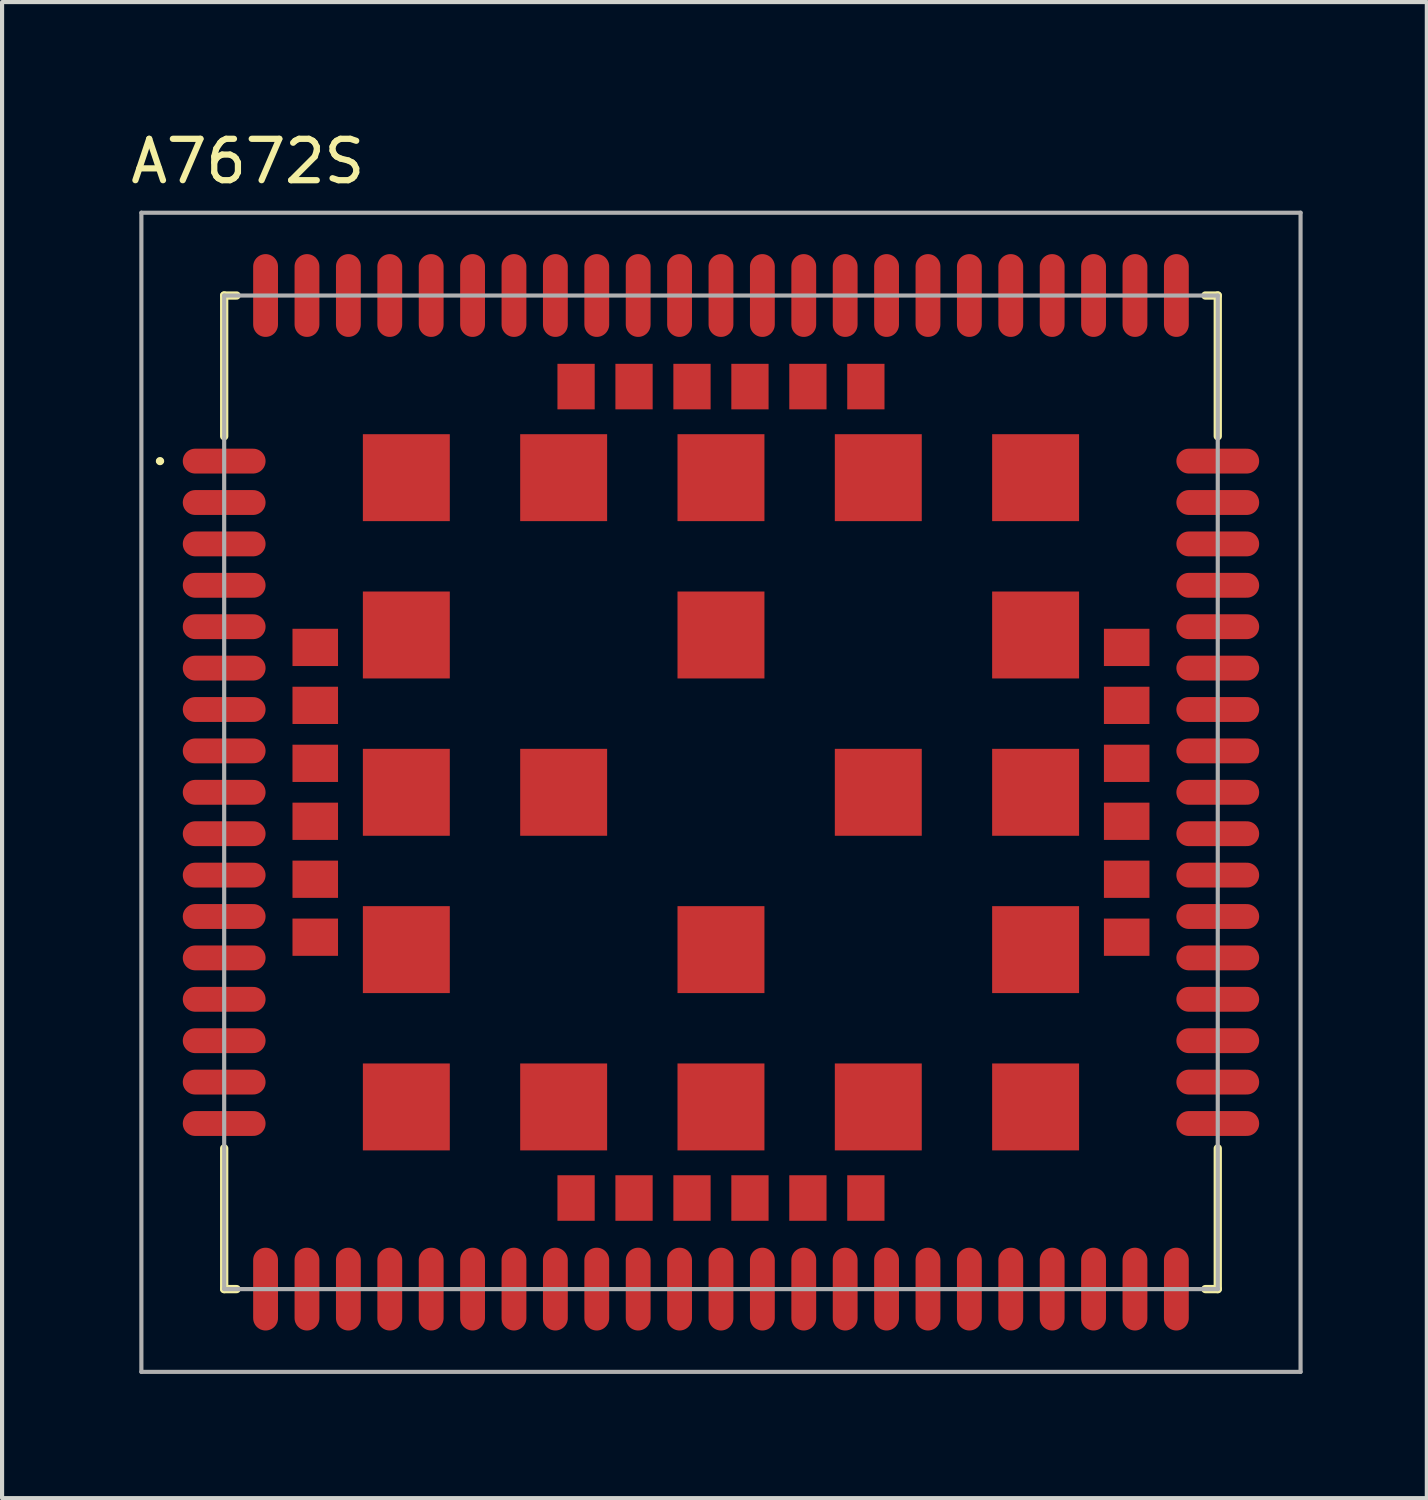
<source format=kicad_pcb>
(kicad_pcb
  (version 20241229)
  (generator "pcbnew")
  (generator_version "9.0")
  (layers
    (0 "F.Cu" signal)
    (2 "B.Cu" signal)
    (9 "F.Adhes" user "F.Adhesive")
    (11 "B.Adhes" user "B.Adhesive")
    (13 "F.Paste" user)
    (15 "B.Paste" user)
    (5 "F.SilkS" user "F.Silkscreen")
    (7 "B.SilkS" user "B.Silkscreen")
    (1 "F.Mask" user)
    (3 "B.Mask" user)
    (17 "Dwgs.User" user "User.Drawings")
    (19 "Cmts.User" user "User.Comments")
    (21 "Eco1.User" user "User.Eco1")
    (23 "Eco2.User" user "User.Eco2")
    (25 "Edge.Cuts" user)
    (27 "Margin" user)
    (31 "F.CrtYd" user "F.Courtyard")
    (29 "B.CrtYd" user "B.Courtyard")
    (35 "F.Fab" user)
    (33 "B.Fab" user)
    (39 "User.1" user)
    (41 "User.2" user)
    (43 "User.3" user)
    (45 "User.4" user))
  (footprint "A7672S"
    (layer "F.Cu")
    (at 14.365 16.088)
    (property "Reference" "A7672S" (at -11.43 -15.24 0) (layer "F.SilkS") (effects (font (size 1 1) (thickness 0.15))))
    (attr smd)
    (fp_line (start -12 -12) (end -11.7 -12) (stroke (width 0.2) (type solid)) (layer "F.SilkS"))
    (fp_line (start -12 -8.6) (end -12 -12) (stroke (width 0.2) (type solid)) (layer "F.SilkS"))
    (fp_line (start -12 12) (end -12 8.6) (stroke (width 0.2) (type solid)) (layer "F.SilkS"))
    (fp_line (start -11.7 12) (end -12 12) (stroke (width 0.2) (type solid)) (layer "F.SilkS"))
    (fp_line (start 11.7 -12) (end 12 -12) (stroke (width 0.2) (type solid)) (layer "F.SilkS"))
    (fp_line (start 12 -12) (end 12 -8.6) (stroke (width 0.2) (type solid)) (layer "F.SilkS"))
    (fp_line (start 12 8.6) (end 12 12) (stroke (width 0.2) (type solid)) (layer "F.SilkS"))
    (fp_line (start 12 12) (end 11.7 12) (stroke (width 0.2) (type solid)) (layer "F.SilkS"))
    (fp_arc (start -13.6 -8) (mid -13.55 -8.05) (end -13.5 -8) (stroke (width 0.1) (type solid)) (layer "F.SilkS"))
    (fp_arc (start -13.5 -8) (mid -13.55 -7.95) (end -13.6 -8) (stroke (width 0.1) (type solid)) (layer "F.SilkS"))
    (fp_line (start -14 -14) (end 14 -14) (stroke (width 0.1) (type solid)) (layer "F.Fab"))
    (fp_line (start -14 14) (end -14 -14) (stroke (width 0.1) (type solid)) (layer "F.Fab"))
    (fp_line (start -12 -12) (end -12 12) (stroke (width 0.1) (type solid)) (layer "F.Fab"))
    (fp_line (start -12 12) (end 12 12) (stroke (width 0.1) (type solid)) (layer "F.Fab"))
    (fp_line (start 12 -12) (end -12 -12) (stroke (width 0.1) (type solid)) (layer "F.Fab"))
    (fp_line (start 12 12) (end 12 -12) (stroke (width 0.1) (type solid)) (layer "F.Fab"))
    (fp_line (start 14 -14) (end 14 14) (stroke (width 0.1) (type solid)) (layer "F.Fab"))
    (fp_line (start 14 14) (end -14 14) (stroke (width 0.1) (type solid)) (layer "F.Fab"))
    (pad "1" smd oval (at -12 -8) (size 2 0.6) (layers "F.Cu" "F.Mask" "F.Paste"))
    (pad "2" smd oval (at -12 -7) (size 2 0.6) (layers "F.Cu" "F.Mask" "F.Paste"))
    (pad "3" smd oval (at -12 -6) (size 2 0.6) (layers "F.Cu" "F.Mask" "F.Paste"))
    (pad "4" smd oval (at -12 -5) (size 2 0.6) (layers "F.Cu" "F.Mask" "F.Paste"))
    (pad "5" smd oval (at -12 -4) (size 2 0.6) (layers "F.Cu" "F.Mask" "F.Paste"))
    (pad "6" smd oval (at -12 -3) (size 2 0.6) (layers "F.Cu" "F.Mask" "F.Paste"))
    (pad "7" smd oval (at -12 -2) (size 2 0.6) (layers "F.Cu" "F.Mask" "F.Paste"))
    (pad "8" smd oval (at -12 -1) (size 2 0.6) (layers "F.Cu" "F.Mask" "F.Paste"))
    (pad "9" smd oval (at -12 0) (size 2 0.6) (layers "F.Cu" "F.Mask" "F.Paste"))
    (pad "10" smd oval (at -12 1) (size 2 0.6) (layers "F.Cu" "F.Mask" "F.Paste"))
    (pad "11" smd oval (at -12 2) (size 2 0.6) (layers "F.Cu" "F.Mask" "F.Paste"))
    (pad "12" smd oval (at -12 3) (size 2 0.6) (layers "F.Cu" "F.Mask" "F.Paste"))
    (pad "13" smd oval (at -12 4) (size 2 0.6) (layers "F.Cu" "F.Mask" "F.Paste"))
    (pad "14" smd oval (at -12 5) (size 2 0.6) (layers "F.Cu" "F.Mask" "F.Paste"))
    (pad "15" smd oval (at -12 6) (size 2 0.6) (layers "F.Cu" "F.Mask" "F.Paste"))
    (pad "16" smd oval (at -12 7) (size 2 0.6) (layers "F.Cu" "F.Mask" "F.Paste"))
    (pad "17" smd oval (at -12 8) (size 2 0.6) (layers "F.Cu" "F.Mask" "F.Paste"))
    (pad "18" smd oval (at -8 12 90) (size 2 0.6) (layers "F.Cu" "F.Mask" "F.Paste"))
    (pad "19" smd oval (at -7 12 90) (size 2 0.6) (layers "F.Cu" "F.Mask" "F.Paste"))
    (pad "20" smd oval (at -6 12 90) (size 2 0.6) (layers "F.Cu" "F.Mask" "F.Paste"))
    (pad "21" smd oval (at -5 12 90) (size 2 0.6) (layers "F.Cu" "F.Mask" "F.Paste"))
    (pad "22" smd oval (at -4 12 90) (size 2 0.6) (layers "F.Cu" "F.Mask" "F.Paste"))
    (pad "23" smd oval (at -3 12 90) (size 2 0.6) (layers "F.Cu" "F.Mask" "F.Paste"))
    (pad "24" smd oval (at -2 12 90) (size 2 0.6) (layers "F.Cu" "F.Mask" "F.Paste"))
    (pad "25" smd oval (at -1 12 90) (size 2 0.6) (layers "F.Cu" "F.Mask" "F.Paste"))
    (pad "26" smd oval (at 0 12 90) (size 2 0.6) (layers "F.Cu" "F.Mask" "F.Paste"))
    (pad "27" smd oval (at 1 12 90) (size 2 0.6) (layers "F.Cu" "F.Mask" "F.Paste"))
    (pad "28" smd oval (at 2 12 90) (size 2 0.6) (layers "F.Cu" "F.Mask" "F.Paste"))
    (pad "29" smd oval (at 3 12 90) (size 2 0.6) (layers "F.Cu" "F.Mask" "F.Paste"))
    (pad "30" smd oval (at 4 12 90) (size 2 0.6) (layers "F.Cu" "F.Mask" "F.Paste"))
    (pad "31" smd oval (at 5 12 90) (size 2 0.6) (layers "F.Cu" "F.Mask" "F.Paste"))
    (pad "32" smd oval (at 6 12 90) (size 2 0.6) (layers "F.Cu" "F.Mask" "F.Paste"))
    (pad "33" smd oval (at 7 12 90) (size 2 0.6) (layers "F.Cu" "F.Mask" "F.Paste"))
    (pad "34" smd oval (at 8 12 90) (size 2 0.6) (layers "F.Cu" "F.Mask" "F.Paste"))
    (pad "35" smd oval (at 12 8) (size 2 0.6) (layers "F.Cu" "F.Mask" "F.Paste"))
    (pad "36" smd oval (at 12 7) (size 2 0.6) (layers "F.Cu" "F.Mask" "F.Paste"))
    (pad "37" smd oval (at 12 6) (size 2 0.6) (layers "F.Cu" "F.Mask" "F.Paste"))
    (pad "38" smd oval (at 12 5) (size 2 0.6) (layers "F.Cu" "F.Mask" "F.Paste"))
    (pad "39" smd oval (at 12 4) (size 2 0.6) (layers "F.Cu" "F.Mask" "F.Paste"))
    (pad "40" smd oval (at 12 3) (size 2 0.6) (layers "F.Cu" "F.Mask" "F.Paste"))
    (pad "41" smd oval (at 12 2) (size 2 0.6) (layers "F.Cu" "F.Mask" "F.Paste"))
    (pad "42" smd oval (at 12 1) (size 2 0.6) (layers "F.Cu" "F.Mask" "F.Paste"))
    (pad "43" smd oval (at 12 0) (size 2 0.6) (layers "F.Cu" "F.Mask" "F.Paste"))
    (pad "44" smd oval (at 12 -1) (size 2 0.6) (layers "F.Cu" "F.Mask" "F.Paste"))
    (pad "45" smd oval (at 12 -2) (size 2 0.6) (layers "F.Cu" "F.Mask" "F.Paste"))
    (pad "46" smd oval (at 12 -3) (size 2 0.6) (layers "F.Cu" "F.Mask" "F.Paste"))
    (pad "47" smd oval (at 12 -4) (size 2 0.6) (layers "F.Cu" "F.Mask" "F.Paste"))
    (pad "48" smd oval (at 12 -5) (size 2 0.6) (layers "F.Cu" "F.Mask" "F.Paste"))
    (pad "49" smd oval (at 12 -6) (size 2 0.6) (layers "F.Cu" "F.Mask" "F.Paste"))
    (pad "50" smd oval (at 12 -7) (size 2 0.6) (layers "F.Cu" "F.Mask" "F.Paste"))
    (pad "51" smd oval (at 12 -8) (size 2 0.6) (layers "F.Cu" "F.Mask" "F.Paste"))
    (pad "52" smd oval (at 8 -12 90) (size 2 0.6) (layers "F.Cu" "F.Mask" "F.Paste"))
    (pad "53" smd oval (at 7 -12 90) (size 2 0.6) (layers "F.Cu" "F.Mask" "F.Paste"))
    (pad "54" smd oval (at 6 -12 90) (size 2 0.6) (layers "F.Cu" "F.Mask" "F.Paste"))
    (pad "55" smd oval (at 5 -12 90) (size 2 0.6) (layers "F.Cu" "F.Mask" "F.Paste"))
    (pad "56" smd oval (at 4 -12 90) (size 2 0.6) (layers "F.Cu" "F.Mask" "F.Paste"))
    (pad "57" smd oval (at 3 -12 90) (size 2 0.6) (layers "F.Cu" "F.Mask" "F.Paste"))
    (pad "58" smd oval (at 2 -12 90) (size 2 0.6) (layers "F.Cu" "F.Mask" "F.Paste"))
    (pad "59" smd oval (at 1 -12 90) (size 2 0.6) (layers "F.Cu" "F.Mask" "F.Paste"))
    (pad "60" smd oval (at 0 -12 90) (size 2 0.6) (layers "F.Cu" "F.Mask" "F.Paste"))
    (pad "61" smd oval (at -1 -12 90) (size 2 0.6) (layers "F.Cu" "F.Mask" "F.Paste"))
    (pad "62" smd oval (at -2 -12 90) (size 2 0.6) (layers "F.Cu" "F.Mask" "F.Paste"))
    (pad "63" smd oval (at -3 -12 90) (size 2 0.6) (layers "F.Cu" "F.Mask" "F.Paste"))
    (pad "64" smd oval (at -4 -12 90) (size 2 0.6) (layers "F.Cu" "F.Mask" "F.Paste"))
    (pad "65" smd oval (at -5 -12 90) (size 2 0.6) (layers "F.Cu" "F.Mask" "F.Paste"))
    (pad "66" smd oval (at -6 -12 90) (size 2 0.6) (layers "F.Cu" "F.Mask" "F.Paste"))
    (pad "67" smd oval (at -7 -12 90) (size 2 0.6) (layers "F.Cu" "F.Mask" "F.Paste"))
    (pad "68" smd oval (at -8 -12 90) (size 2 0.6) (layers "F.Cu" "F.Mask" "F.Paste"))
    (pad "69" smd rect (at -7.6 -7.6) (size 2.1 2.1) (layers "F.Cu" "F.Mask" "F.Paste"))
    (pad "70" smd rect (at -7.6 -3.8) (size 2.1 2.1) (layers "F.Cu" "F.Mask" "F.Paste"))
    (pad "71" smd rect (at -7.6 0) (size 2.1 2.1) (layers "F.Cu" "F.Mask" "F.Paste"))
    (pad "72" smd rect (at -7.6 3.8) (size 2.1 2.1) (layers "F.Cu" "F.Mask" "F.Paste"))
    (pad "73" smd rect (at -7.6 7.6) (size 2.1 2.1) (layers "F.Cu" "F.Mask" "F.Paste"))
    (pad "74" smd rect (at -3.8 7.6) (size 2.1 2.1) (layers "F.Cu" "F.Mask" "F.Paste"))
    (pad "75" smd rect (at 0 7.6) (size 2.1 2.1) (layers "F.Cu" "F.Mask" "F.Paste"))
    (pad "76" smd rect (at 3.8 7.6) (size 2.1 2.1) (layers "F.Cu" "F.Mask" "F.Paste"))
    (pad "77" smd rect (at 7.6 7.6) (size 2.1 2.1) (layers "F.Cu" "F.Mask" "F.Paste"))
    (pad "78" smd rect (at 7.6 3.8) (size 2.1 2.1) (layers "F.Cu" "F.Mask" "F.Paste"))
    (pad "79" smd rect (at 7.6 0) (size 2.1 2.1) (layers "F.Cu" "F.Mask" "F.Paste"))
    (pad "80" smd rect (at 7.6 -3.8) (size 2.1 2.1) (layers "F.Cu" "F.Mask" "F.Paste"))
    (pad "81" smd rect (at 7.6 -7.6) (size 2.1 2.1) (layers "F.Cu" "F.Mask" "F.Paste"))
    (pad "82" smd rect (at 3.8 -7.6) (size 2.1 2.1) (layers "F.Cu" "F.Mask" "F.Paste"))
    (pad "83" smd rect (at 0 -7.6) (size 2.1 2.1) (layers "F.Cu" "F.Mask" "F.Paste"))
    (pad "84" smd rect (at -3.8 -7.6) (size 2.1 2.1) (layers "F.Cu" "F.Mask" "F.Paste"))
    (pad "85" smd rect (at -3.8 0) (size 2.1 2.1) (layers "F.Cu" "F.Mask" "F.Paste"))
    (pad "86" smd rect (at 0 3.8) (size 2.1 2.1) (layers "F.Cu" "F.Mask" "F.Paste"))
    (pad "87" smd rect (at 3.8 0) (size 2.1 2.1) (layers "F.Cu" "F.Mask" "F.Paste"))
    (pad "88" smd rect (at 0 -3.8) (size 2.1 2.1) (layers "F.Cu" "F.Mask" "F.Paste"))
    (pad "89" smd oval (at -11 12 90) (size 2 0.6) (layers "F.Cu" "F.Mask" "F.Paste"))
    (pad "90" smd oval (at -10 12 90) (size 2 0.6) (layers "F.Cu" "F.Mask" "F.Paste"))
    (pad "91" smd oval (at -9 12 90) (size 2 0.6) (layers "F.Cu" "F.Mask" "F.Paste"))
    (pad "92" smd oval (at 9 12 90) (size 2 0.6) (layers "F.Cu" "F.Mask" "F.Paste"))
    (pad "93" smd oval (at 10 12 90) (size 2 0.6) (layers "F.Cu" "F.Mask" "F.Paste"))
    (pad "94" smd oval (at 11 12 90) (size 2 0.6) (layers "F.Cu" "F.Mask" "F.Paste"))
    (pad "95" smd oval (at 11 -12 90) (size 2 0.6) (layers "F.Cu" "F.Mask" "F.Paste"))
    (pad "96" smd oval (at 10 -12 90) (size 2 0.6) (layers "F.Cu" "F.Mask" "F.Paste"))
    (pad "97" smd oval (at 9 -12 90) (size 2 0.6) (layers "F.Cu" "F.Mask" "F.Paste"))
    (pad "98" smd oval (at -9 -12 90) (size 2 0.6) (layers "F.Cu" "F.Mask" "F.Paste"))
    (pad "99" smd oval (at -10 -12 90) (size 2 0.6) (layers "F.Cu" "F.Mask" "F.Paste"))
    (pad "100" smd oval (at -11 -12 90) (size 2 0.6) (layers "F.Cu" "F.Mask" "F.Paste"))
    (pad "101" smd rect (at -9.8 -3.5) (size 1.1 0.9) (layers "F.Cu" "F.Mask" "F.Paste"))
    (pad "102" smd rect (at -9.8 -2.1) (size 1.1 0.9) (layers "F.Cu" "F.Mask" "F.Paste"))
    (pad "103" smd rect (at -9.8 -0.7) (size 1.1 0.9) (layers "F.Cu" "F.Mask" "F.Paste"))
    (pad "104" smd rect (at -9.8 0.7) (size 1.1 0.9) (layers "F.Cu" "F.Mask" "F.Paste"))
    (pad "105" smd rect (at -9.8 2.1) (size 1.1 0.9) (layers "F.Cu" "F.Mask" "F.Paste"))
    (pad "106" smd rect (at -9.8 3.5) (size 1.1 0.9) (layers "F.Cu" "F.Mask" "F.Paste"))
    (pad "107" smd rect (at -3.5 9.8 90) (size 1.1 0.9) (layers "F.Cu" "F.Mask" "F.Paste"))
    (pad "108" smd rect (at -2.1 9.8 90) (size 1.1 0.9) (layers "F.Cu" "F.Mask" "F.Paste"))
    (pad "109" smd rect (at -0.7 9.8 90) (size 1.1 0.9) (layers "F.Cu" "F.Mask" "F.Paste"))
    (pad "110" smd rect (at 0.7 9.8 90) (size 1.1 0.9) (layers "F.Cu" "F.Mask" "F.Paste"))
    (pad "111" smd rect (at 2.1 9.8 90) (size 1.1 0.9) (layers "F.Cu" "F.Mask" "F.Paste"))
    (pad "112" smd rect (at 3.5 9.8 90) (size 1.1 0.9) (layers "F.Cu" "F.Mask" "F.Paste"))
    (pad "113" smd rect (at 9.8 3.5) (size 1.1 0.9) (layers "F.Cu" "F.Mask" "F.Paste"))
    (pad "114" smd rect (at 9.8 2.1) (size 1.1 0.9) (layers "F.Cu" "F.Mask" "F.Paste"))
    (pad "115" smd rect (at 9.8 0.7) (size 1.1 0.9) (layers "F.Cu" "F.Mask" "F.Paste"))
    (pad "116" smd rect (at 9.8 -0.7) (size 1.1 0.9) (layers "F.Cu" "F.Mask" "F.Paste"))
    (pad "117" smd rect (at 9.8 -2.1) (size 1.1 0.9) (layers "F.Cu" "F.Mask" "F.Paste"))
    (pad "118" smd rect (at 9.8 -3.5) (size 1.1 0.9) (layers "F.Cu" "F.Mask" "F.Paste"))
    (pad "119" smd rect (at 3.5 -9.8 90) (size 1.1 0.9) (layers "F.Cu" "F.Mask" "F.Paste"))
    (pad "120" smd rect (at 2.1 -9.8 90) (size 1.1 0.9) (layers "F.Cu" "F.Mask" "F.Paste"))
    (pad "121" smd rect (at 0.7 -9.8 90) (size 1.1 0.9) (layers "F.Cu" "F.Mask" "F.Paste"))
    (pad "122" smd rect (at -0.7 -9.8 90) (size 1.1 0.9) (layers "F.Cu" "F.Mask" "F.Paste"))
    (pad "123" smd rect (at -2.1 -9.8 90) (size 1.1 0.9) (layers "F.Cu" "F.Mask" "F.Paste"))
    (pad "124" smd rect (at -3.5 -9.8 90) (size 1.1 0.9) (layers "F.Cu" "F.Mask" "F.Paste")))
  (gr_rect
    (start -3 -3)
    (end 31.415 33.138)
    (stroke (width 0.1) (type default))
    (fill no)
    (layer "Edge.Cuts")))
</source>
